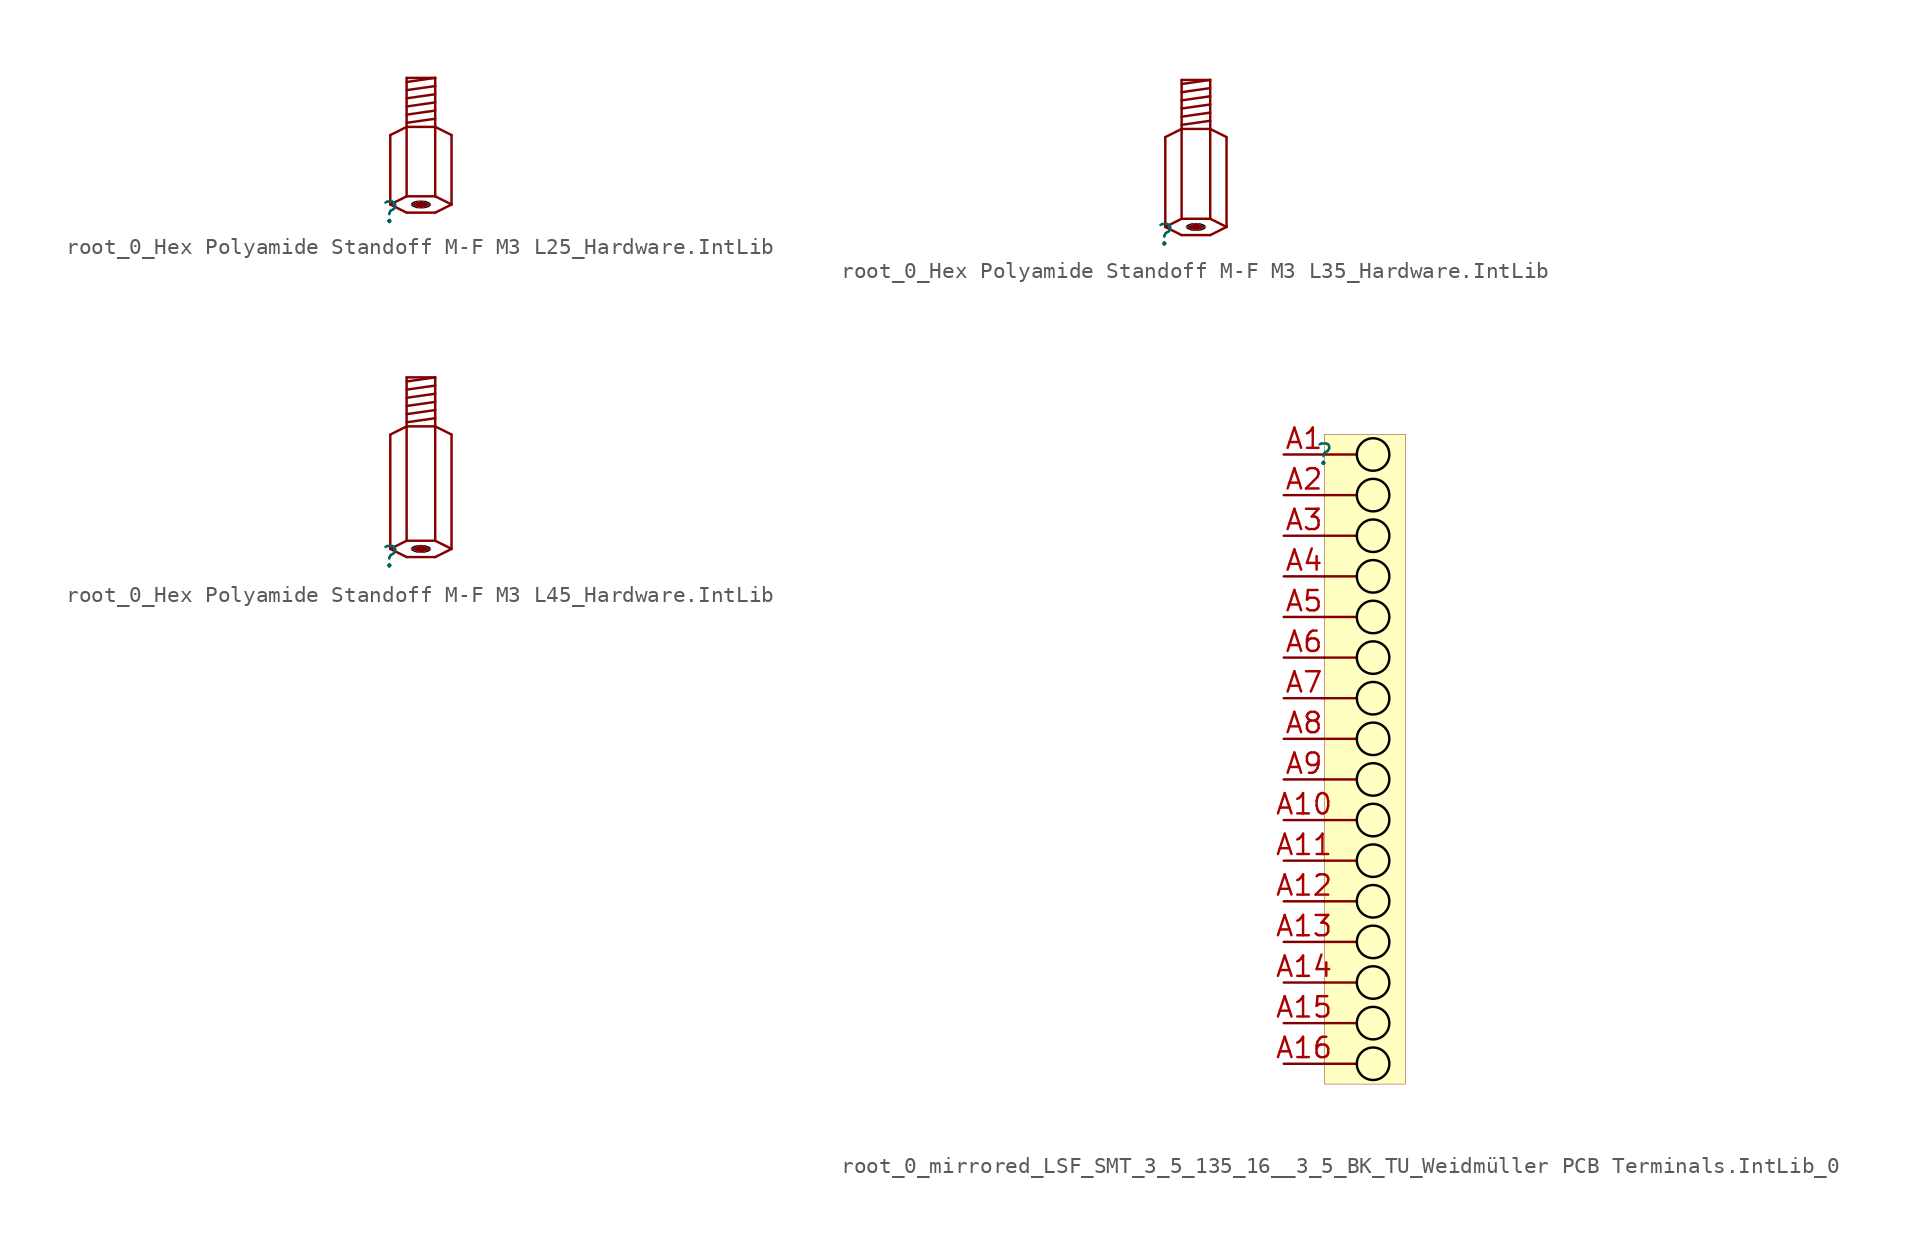
<source format=kicad_sym>
(kicad_symbol_lib
  (version 20241209)
  (generator "kicad_symbol_editor")
  (generator_version "9.0")
  (symbol "root_0_Hex Polyamide Standoff M-F M3 L25_Hardware.IntLib"
    (pin_numbers
      (hide yes))
    (pin_names
      (hide yes))
    (property "Reference" ""
      (at 0 0 0)
      (effects (font (size 1.27 1.27))))
    (property "Value" ""
      (at 0 0 0)
      (effects (font (size 1.27 1.27))))
    (symbol "root_0_Hex Polyamide Standoff M-F M3 L25_Hardware.IntLib_1_0"
      (polyline (pts (xy 0 4.826) (xy 0 0.508)) (stroke (width 0) (type solid)) (fill (type none)))
      (polyline (pts (xy 0 0.508) (xy 1.016 0)) (stroke (width 0) (type solid)) (fill (type none)))
      (polyline (pts (xy 1.016 8.382) (xy 1.016 5.334)) (stroke (width 0) (type solid)) (fill (type none)))
      (polyline (pts (xy 1.016 5.334) (xy 0 4.826)) (stroke (width 0) (type solid)) (fill (type none)))
      (polyline (pts (xy 1.016 5.334) (xy 1.016 1.016)) (stroke (width 0) (type solid)) (fill (type none)))
      (polyline (pts (xy 1.016 1.016) (xy 0 0.508)) (stroke (width 0) (type solid)) (fill (type none)))
      (bezier (pts (xy 1.27 0.508) (xy 1.27 0.368) (xy 1.554 0.254) (xy 1.905 0.254)) (stroke (width -0.0001) (type solid) (color 0 0 0 1)) (fill (type outline)))
      (bezier (pts (xy 1.905 0.762) (xy 1.554 0.762) (xy 1.27 0.648) (xy 1.27 0.508)) (stroke (width -0.0001) (type solid) (color 0 0 0 1)) (fill (type outline)))
      (bezier (pts (xy 1.905 0.254) (xy 2.256 0.254) (xy 2.54 0.368) (xy 2.54 0.508)) (stroke (width -0.0001) (type solid) (color 0 0 0 1)) (fill (type outline)))
      (polyline (pts (xy 2.54 0.508) (xy 1.905 0.762) (xy 1.27 0.508) (xy 1.905 0.254) (xy 2.54 0.508)) (stroke (width -0.0001) (type default)) (fill (type outline)))
      (bezier (pts (xy 2.54 0.508) (xy 2.54 0.648) (xy 2.256 0.762) (xy 1.905 0.762)) (stroke (width -0.0001) (type solid) (color 0 0 0 1)) (fill (type outline)))
      (polyline (pts (xy 2.794 8.382) (xy 1.016 8.382)) (stroke (width 0) (type solid)) (fill (type none)))
      (polyline (pts (xy 2.794 8.382) (xy 1.016 8.128)) (stroke (width 0) (type solid)) (fill (type none)))
      (polyline (pts (xy 2.794 8.382) (xy 2.794 5.334)) (stroke (width 0) (type solid)) (fill (type none)))
      (polyline (pts (xy 2.794 7.874) (xy 1.016 7.62)) (stroke (width 0) (type solid)) (fill (type none)))
      (polyline (pts (xy 2.794 7.366) (xy 1.016 7.112)) (stroke (width 0) (type solid)) (fill (type none)))
      (polyline (pts (xy 2.794 6.858) (xy 1.016 6.604)) (stroke (width 0) (type solid)) (fill (type none)))
      (polyline (pts (xy 2.794 6.35) (xy 1.016 6.096)) (stroke (width 0) (type solid)) (fill (type none)))
      (polyline (pts (xy 2.794 5.842) (xy 1.016 5.588)) (stroke (width 0) (type solid)) (fill (type none)))
      (polyline (pts (xy 2.794 5.334) (xy 1.016 5.334)) (stroke (width 0) (type solid)) (fill (type none)))
      (polyline (pts (xy 2.794 5.334) (xy 2.794 1.016)) (stroke (width 0) (type solid)) (fill (type none)))
      (polyline (pts (xy 2.794 5.334) (xy 3.81 4.826)) (stroke (width 0) (type solid)) (fill (type none)))
      (polyline (pts (xy 2.794 1.016) (xy 1.016 1.016)) (stroke (width 0) (type solid)) (fill (type none)))
      (polyline (pts (xy 2.794 1.016) (xy 3.81 0.508)) (stroke (width 0) (type solid)) (fill (type none)))
      (polyline (pts (xy 2.794 0) (xy 1.016 0)) (stroke (width 0) (type solid)) (fill (type none)))
      (polyline (pts (xy 3.81 4.826) (xy 3.81 0.508)) (stroke (width 0) (type solid)) (fill (type none)))
      (polyline (pts (xy 3.81 0.508) (xy 2.794 0)) (stroke (width 0) (type solid)) (fill (type none)))))
  (symbol "root_0_Hex Polyamide Standoff M-F M3 L35_Hardware.IntLib"
    (pin_numbers
      (hide yes))
    (pin_names
      (hide yes))
    (property "Reference" ""
      (at 0 0 0)
      (effects (font (size 1.27 1.27))))
    (property "Value" ""
      (at 0 0 0)
      (effects (font (size 1.27 1.27))))
    (symbol "root_0_Hex Polyamide Standoff M-F M3 L35_Hardware.IntLib_1_0"
      (polyline (pts (xy 0 6.096) (xy 0 0.508)) (stroke (width 0) (type solid)) (fill (type none)))
      (polyline (pts (xy 0 0.508) (xy 1.016 0)) (stroke (width 0) (type solid)) (fill (type none)))
      (polyline (pts (xy 1.016 9.652) (xy 1.016 6.604)) (stroke (width 0) (type solid)) (fill (type none)))
      (polyline (pts (xy 1.016 6.604) (xy 0 6.096)) (stroke (width 0) (type solid)) (fill (type none)))
      (polyline (pts (xy 1.016 6.604) (xy 1.016 1.016)) (stroke (width 0) (type solid)) (fill (type none)))
      (polyline (pts (xy 1.016 1.016) (xy 0 0.508)) (stroke (width 0) (type solid)) (fill (type none)))
      (bezier (pts (xy 1.27 0.508) (xy 1.27 0.368) (xy 1.554 0.254) (xy 1.905 0.254)) (stroke (width -0.0001) (type solid) (color 0 0 0 1)) (fill (type outline)))
      (bezier (pts (xy 1.905 0.762) (xy 1.554 0.762) (xy 1.27 0.648) (xy 1.27 0.508)) (stroke (width -0.0001) (type solid) (color 0 0 0 1)) (fill (type outline)))
      (bezier (pts (xy 1.905 0.254) (xy 2.256 0.254) (xy 2.54 0.368) (xy 2.54 0.508)) (stroke (width -0.0001) (type solid) (color 0 0 0 1)) (fill (type outline)))
      (polyline (pts (xy 2.54 0.508) (xy 1.905 0.762) (xy 1.27 0.508) (xy 1.905 0.254) (xy 2.54 0.508)) (stroke (width -0.0001) (type default)) (fill (type outline)))
      (bezier (pts (xy 2.54 0.508) (xy 2.54 0.648) (xy 2.256 0.762) (xy 1.905 0.762)) (stroke (width -0.0001) (type solid) (color 0 0 0 1)) (fill (type outline)))
      (polyline (pts (xy 2.794 9.652) (xy 1.016 9.652)) (stroke (width 0) (type solid)) (fill (type none)))
      (polyline (pts (xy 2.794 9.652) (xy 1.016 9.398)) (stroke (width 0) (type solid)) (fill (type none)))
      (polyline (pts (xy 2.794 9.652) (xy 2.794 6.604)) (stroke (width 0) (type solid)) (fill (type none)))
      (polyline (pts (xy 2.794 9.144) (xy 1.016 8.89)) (stroke (width 0) (type solid)) (fill (type none)))
      (polyline (pts (xy 2.794 8.636) (xy 1.016 8.382)) (stroke (width 0) (type solid)) (fill (type none)))
      (polyline (pts (xy 2.794 8.128) (xy 1.016 7.874)) (stroke (width 0) (type solid)) (fill (type none)))
      (polyline (pts (xy 2.794 7.62) (xy 1.016 7.366)) (stroke (width 0) (type solid)) (fill (type none)))
      (polyline (pts (xy 2.794 7.112) (xy 1.016 6.858)) (stroke (width 0) (type solid)) (fill (type none)))
      (polyline (pts (xy 2.794 6.604) (xy 1.016 6.604)) (stroke (width 0) (type solid)) (fill (type none)))
      (polyline (pts (xy 2.794 6.604) (xy 2.794 1.016)) (stroke (width 0) (type solid)) (fill (type none)))
      (polyline (pts (xy 2.794 6.604) (xy 3.81 6.096)) (stroke (width 0) (type solid)) (fill (type none)))
      (polyline (pts (xy 2.794 1.016) (xy 1.016 1.016)) (stroke (width 0) (type solid)) (fill (type none)))
      (polyline (pts (xy 2.794 1.016) (xy 3.81 0.508)) (stroke (width 0) (type solid)) (fill (type none)))
      (polyline (pts (xy 2.794 0) (xy 1.016 0)) (stroke (width 0) (type solid)) (fill (type none)))
      (polyline (pts (xy 3.81 6.096) (xy 3.81 0.508)) (stroke (width 0) (type solid)) (fill (type none)))
      (polyline (pts (xy 3.81 0.508) (xy 2.794 0)) (stroke (width 0) (type solid)) (fill (type none)))))
  (symbol "root_0_Hex Polyamide Standoff M-F M3 L45_Hardware.IntLib"
    (pin_numbers
      (hide yes))
    (pin_names
      (hide yes))
    (property "Reference" ""
      (at 0 0 0)
      (effects (font (size 1.27 1.27))))
    (property "Value" ""
      (at 0 0 0)
      (effects (font (size 1.27 1.27))))
    (symbol "root_0_Hex Polyamide Standoff M-F M3 L45_Hardware.IntLib_1_0"
      (polyline (pts (xy 0 7.62) (xy 0 0.508)) (stroke (width 0) (type solid)) (fill (type none)))
      (polyline (pts (xy 0 0.508) (xy 1.016 0)) (stroke (width 0) (type solid)) (fill (type none)))
      (polyline (pts (xy 1.016 11.176) (xy 1.016 8.128)) (stroke (width 0) (type solid)) (fill (type none)))
      (polyline (pts (xy 1.016 8.128) (xy 0 7.62)) (stroke (width 0) (type solid)) (fill (type none)))
      (polyline (pts (xy 1.016 8.128) (xy 1.016 1.016)) (stroke (width 0) (type solid)) (fill (type none)))
      (polyline (pts (xy 1.016 1.016) (xy 0 0.508)) (stroke (width 0) (type solid)) (fill (type none)))
      (bezier (pts (xy 1.27 0.508) (xy 1.27 0.368) (xy 1.554 0.254) (xy 1.905 0.254)) (stroke (width -0.0001) (type solid) (color 0 0 0 1)) (fill (type outline)))
      (bezier (pts (xy 1.905 0.762) (xy 1.554 0.762) (xy 1.27 0.648) (xy 1.27 0.508)) (stroke (width -0.0001) (type solid) (color 0 0 0 1)) (fill (type outline)))
      (bezier (pts (xy 1.905 0.254) (xy 2.256 0.254) (xy 2.54 0.368) (xy 2.54 0.508)) (stroke (width -0.0001) (type solid) (color 0 0 0 1)) (fill (type outline)))
      (polyline (pts (xy 2.54 0.508) (xy 1.905 0.762) (xy 1.27 0.508) (xy 1.905 0.254) (xy 2.54 0.508)) (stroke (width -0.0001) (type default)) (fill (type outline)))
      (bezier (pts (xy 2.54 0.508) (xy 2.54 0.648) (xy 2.256 0.762) (xy 1.905 0.762)) (stroke (width -0.0001) (type solid) (color 0 0 0 1)) (fill (type outline)))
      (polyline (pts (xy 2.794 11.176) (xy 1.016 11.176)) (stroke (width 0) (type solid)) (fill (type none)))
      (polyline (pts (xy 2.794 11.176) (xy 1.016 10.922)) (stroke (width 0) (type solid)) (fill (type none)))
      (polyline (pts (xy 2.794 11.176) (xy 2.794 8.128)) (stroke (width 0) (type solid)) (fill (type none)))
      (polyline (pts (xy 2.794 10.668) (xy 1.016 10.414)) (stroke (width 0) (type solid)) (fill (type none)))
      (polyline (pts (xy 2.794 10.16) (xy 1.016 9.906)) (stroke (width 0) (type solid)) (fill (type none)))
      (polyline (pts (xy 2.794 9.652) (xy 1.016 9.398)) (stroke (width 0) (type solid)) (fill (type none)))
      (polyline (pts (xy 2.794 9.144) (xy 1.016 8.89)) (stroke (width 0) (type solid)) (fill (type none)))
      (polyline (pts (xy 2.794 8.636) (xy 1.016 8.382)) (stroke (width 0) (type solid)) (fill (type none)))
      (polyline (pts (xy 2.794 8.128) (xy 1.016 8.128)) (stroke (width 0) (type solid)) (fill (type none)))
      (polyline (pts (xy 2.794 8.128) (xy 2.794 1.016)) (stroke (width 0) (type solid)) (fill (type none)))
      (polyline (pts (xy 2.794 8.128) (xy 3.81 7.62)) (stroke (width 0) (type solid)) (fill (type none)))
      (polyline (pts (xy 2.794 1.016) (xy 1.016 1.016)) (stroke (width 0) (type solid)) (fill (type none)))
      (polyline (pts (xy 2.794 1.016) (xy 3.81 0.508)) (stroke (width 0) (type solid)) (fill (type none)))
      (polyline (pts (xy 2.794 0) (xy 1.016 0)) (stroke (width 0) (type solid)) (fill (type none)))
      (polyline (pts (xy 3.81 7.62) (xy 3.81 0.508)) (stroke (width 0) (type solid)) (fill (type none)))
      (polyline (pts (xy 3.81 0.508) (xy 2.794 0)) (stroke (width 0) (type solid)) (fill (type none)))))
  (symbol "root_0_mirrored_LSF_SMT_3_5_135_16__3_5_BK_TU_Weidmüller PCB Terminals.IntLib_0"
    (pin_names
      (hide yes))
    (property "Reference" ""
      (at 0 0 0)
      (effects (font (size 1.27 1.27))))
    (property "Value" ""
      (at 0 0 0)
      (effects (font (size 1.27 1.27))))
    (symbol "root_0_mirrored_LSF_SMT_3_5_135_16__3_5_BK_TU_Weidmüller PCB Terminals.IntLib_0_1_0"
      (polyline (pts (xy 0 0) (xy 2.032 0)) (stroke (width 0) (type solid)) (fill (type none)))
      (polyline (pts (xy 0 -2.54) (xy 2.032 -2.54)) (stroke (width 0) (type solid)) (fill (type none)))
      (polyline (pts (xy 0 -5.08) (xy 2.032 -5.08)) (stroke (width 0) (type solid)) (fill (type none)))
      (polyline (pts (xy 0 -7.62) (xy 2.032 -7.62)) (stroke (width 0) (type solid)) (fill (type none)))
      (polyline (pts (xy 0 -10.16) (xy 2.032 -10.16)) (stroke (width 0) (type solid)) (fill (type none)))
      (polyline (pts (xy 0 -12.7) (xy 2.032 -12.7)) (stroke (width 0) (type solid)) (fill (type none)))
      (polyline (pts (xy 0 -15.24) (xy 2.032 -15.24)) (stroke (width 0) (type solid)) (fill (type none)))
      (polyline (pts (xy 0 -17.78) (xy 2.032 -17.78)) (stroke (width 0) (type solid)) (fill (type none)))
      (polyline (pts (xy 0 -20.32) (xy 2.032 -20.32)) (stroke (width 0) (type solid)) (fill (type none)))
      (polyline (pts (xy 0 -22.86) (xy 2.032 -22.86)) (stroke (width 0) (type solid)) (fill (type none)))
      (polyline (pts (xy 0 -25.4) (xy 2.032 -25.4)) (stroke (width 0) (type solid)) (fill (type none)))
      (polyline (pts (xy 0 -27.94) (xy 2.032 -27.94)) (stroke (width 0) (type solid)) (fill (type none)))
      (polyline (pts (xy 0 -30.48) (xy 2.032 -30.48)) (stroke (width 0) (type solid)) (fill (type none)))
      (polyline (pts (xy 0 -33.02) (xy 2.032 -33.02)) (stroke (width 0) (type solid)) (fill (type none)))
      (polyline (pts (xy 0 -35.56) (xy 2.032 -35.56)) (stroke (width 0) (type solid)) (fill (type none)))
      (polyline (pts (xy 0 -38.1) (xy 2.032 -38.1)) (stroke (width 0) (type solid)) (fill (type none)))
      (circle (center 3.048 0) (radius 1.016) (stroke (width 0) (type solid) (color 0 0 0 1)) (fill (type none)))
      (circle (center 3.048 -2.54) (radius 1.016) (stroke (width 0) (type solid) (color 0 0 0 1)) (fill (type none)))
      (circle (center 3.048 -5.08) (radius 1.016) (stroke (width 0) (type solid) (color 0 0 0 1)) (fill (type none)))
      (circle (center 3.048 -7.62) (radius 1.016) (stroke (width 0) (type solid) (color 0 0 0 1)) (fill (type none)))
      (circle (center 3.048 -10.16) (radius 1.016) (stroke (width 0) (type solid) (color 0 0 0 1)) (fill (type none)))
      (circle (center 3.048 -12.7) (radius 1.016) (stroke (width 0) (type solid) (color 0 0 0 1)) (fill (type none)))
      (circle (center 3.048 -15.24) (radius 1.016) (stroke (width 0) (type solid) (color 0 0 0 1)) (fill (type none)))
      (circle (center 3.048 -17.78) (radius 1.016) (stroke (width 0) (type solid) (color 0 0 0 1)) (fill (type none)))
      (circle (center 3.048 -20.32) (radius 1.016) (stroke (width 0) (type solid) (color 0 0 0 1)) (fill (type none)))
      (circle (center 3.048 -22.86) (radius 1.016) (stroke (width 0) (type solid) (color 0 0 0 1)) (fill (type none)))
      (circle (center 3.048 -25.4) (radius 1.016) (stroke (width 0) (type solid) (color 0 0 0 1)) (fill (type none)))
      (circle (center 3.048 -27.94) (radius 1.016) (stroke (width 0) (type solid) (color 0 0 0 1)) (fill (type none)))
      (circle (center 3.048 -30.48) (radius 1.016) (stroke (width 0) (type solid) (color 0 0 0 1)) (fill (type none)))
      (circle (center 3.048 -33.02) (radius 1.016) (stroke (width 0) (type solid) (color 0 0 0 1)) (fill (type none)))
      (circle (center 3.048 -35.56) (radius 1.016) (stroke (width 0) (type solid) (color 0 0 0 1)) (fill (type none)))
      (circle (center 3.048 -38.1) (radius 1.016) (stroke (width 0) (type solid) (color 0 0 0 1)) (fill (type none)))
      (rectangle (start 5.08 1.27) (end 0 -39.37) (stroke (width 0.025) (type solid) (color 128 0 0 1)) (fill (type background)))
      (pin passive line (at -2.54 0 0) (length 2.54) (name "A1" (effects (font (size 1.27 1.27)))) (number "A1" (effects (font (size 1.27 1.27)))))
      (pin passive line (at -2.54 -2.54 0) (length 2.54) (name "A2" (effects (font (size 1.27 1.27)))) (number "A2" (effects (font (size 1.27 1.27)))))
      (pin passive line (at -2.54 -5.08 0) (length 2.54) (name "A3" (effects (font (size 1.27 1.27)))) (number "A3" (effects (font (size 1.27 1.27)))))
      (pin passive line (at -2.54 -7.62 0) (length 2.54) (name "A4" (effects (font (size 1.27 1.27)))) (number "A4" (effects (font (size 1.27 1.27)))))
      (pin passive line (at -2.54 -10.16 0) (length 2.54) (name "A5" (effects (font (size 1.27 1.27)))) (number "A5" (effects (font (size 1.27 1.27)))))
      (pin passive line (at -2.54 -12.7 0) (length 2.54) (name "A6" (effects (font (size 1.27 1.27)))) (number "A6" (effects (font (size 1.27 1.27)))))
      (pin passive line (at -2.54 -15.24 0) (length 2.54) (name "A7" (effects (font (size 1.27 1.27)))) (number "A7" (effects (font (size 1.27 1.27)))))
      (pin passive line (at -2.54 -17.78 0) (length 2.54) (name "A8" (effects (font (size 1.27 1.27)))) (number "A8" (effects (font (size 1.27 1.27)))))
      (pin passive line (at -2.54 -20.32 0) (length 2.54) (name "A9" (effects (font (size 1.27 1.27)))) (number "A9" (effects (font (size 1.27 1.27)))))
      (pin passive line (at -2.54 -22.86 0) (length 2.54) (name "A10" (effects (font (size 1.27 1.27)))) (number "A10" (effects (font (size 1.27 1.27)))))
      (pin passive line (at -2.54 -25.4 0) (length 2.54) (name "A11" (effects (font (size 1.27 1.27)))) (number "A11" (effects (font (size 1.27 1.27)))))
      (pin passive line (at -2.54 -27.94 0) (length 2.54) (name "A12" (effects (font (size 1.27 1.27)))) (number "A12" (effects (font (size 1.27 1.27)))))
      (pin passive line (at -2.54 -30.48 0) (length 2.54) (name "A13" (effects (font (size 1.27 1.27)))) (number "A13" (effects (font (size 1.27 1.27)))))
      (pin passive line (at -2.54 -33.02 0) (length 2.54) (name "A14" (effects (font (size 1.27 1.27)))) (number "A14" (effects (font (size 1.27 1.27)))))
      (pin passive line (at -2.54 -35.56 0) (length 2.54) (name "A15" (effects (font (size 1.27 1.27)))) (number "A15" (effects (font (size 1.27 1.27)))))
      (pin passive line (at -2.54 -38.1 0) (length 2.54) (name "A16" (effects (font (size 1.27 1.27)))) (number "A16" (effects (font (size 1.27 1.27))))))))
</source>
